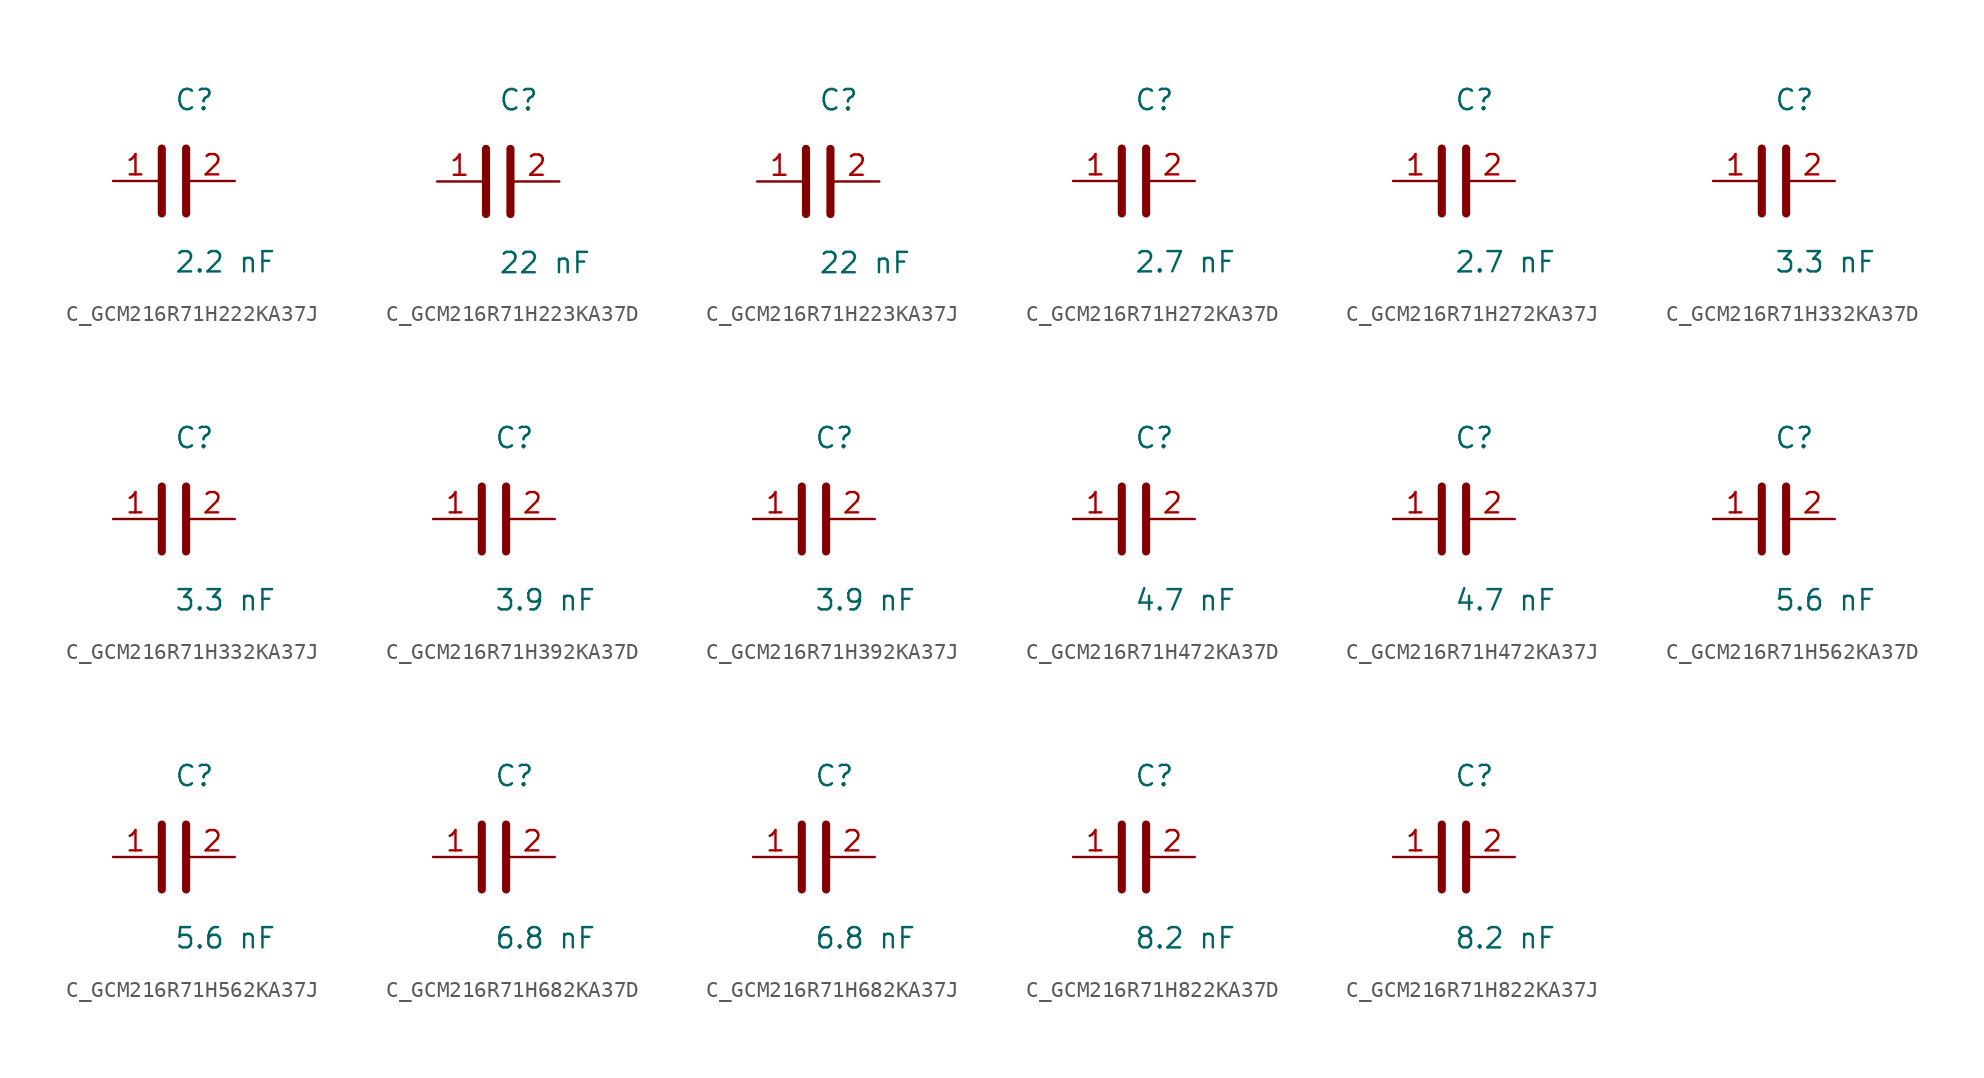
<source format=kicad_sym>
(kicad_symbol_lib
  (version 20231120)
  (generator kicad_symbol_editor)
  (generator_version 8.0)
  (symbol "C_GCM216R71H222KA37J"
    (pin_names
      (offset 0.254))
    (property "Value" "2.2 nF"
      (at 0 -5.08 0)
      (effects (font (size 1.27 1.27)) (justify left)))
    (property "Reference" "C"
      (at 0 5.08 0)
      (effects (font (size 1.27 1.27)) (justify left)))
    (symbol "C_GCM216R71H222KA37J_0_1"
      (polyline (pts (xy -0.762 -2.032) (xy -0.762 2.032)) (stroke (width 0.508) (type default)) (fill (type none)))
      (polyline (pts (xy 0.762 -2.032) (xy 0.762 2.032)) (stroke (width 0.508) (type default)) (fill (type none))))
    (pin unspecified line
      (at -3.81 0 0)
      (length 2.8)
      (name "" (effects (font (size 1.27 1.27))))
      (number "1" (effects (font (size 1.27 1.27)))))
    (pin unspecified line
      (at 3.81 0 180)
      (length 2.8)
      (name "" (effects (font (size 1.27 1.27))))
      (number "2" (effects (font (size 1.27 1.27))))))
  (symbol "C_GCM216R71H223KA37D"
    (pin_names
      (offset 0.254))
    (property "Value" "22 nF"
      (at 0 -5.08 0)
      (effects (font (size 1.27 1.27)) (justify left)))
    (property "Reference" "C"
      (at 0 5.08 0)
      (effects (font (size 1.27 1.27)) (justify left)))
    (symbol "C_GCM216R71H223KA37D_0_1"
      (polyline (pts (xy -0.762 -2.032) (xy -0.762 2.032)) (stroke (width 0.508) (type default)) (fill (type none)))
      (polyline (pts (xy 0.762 -2.032) (xy 0.762 2.032)) (stroke (width 0.508) (type default)) (fill (type none))))
    (pin unspecified line
      (at -3.81 0 0)
      (length 2.8)
      (name "" (effects (font (size 1.27 1.27))))
      (number "1" (effects (font (size 1.27 1.27)))))
    (pin unspecified line
      (at 3.81 0 180)
      (length 2.8)
      (name "" (effects (font (size 1.27 1.27))))
      (number "2" (effects (font (size 1.27 1.27))))))
  (symbol "C_GCM216R71H223KA37J"
    (pin_names
      (offset 0.254))
    (property "Value" "22 nF"
      (at 0 -5.08 0)
      (effects (font (size 1.27 1.27)) (justify left)))
    (property "Reference" "C"
      (at 0 5.08 0)
      (effects (font (size 1.27 1.27)) (justify left)))
    (symbol "C_GCM216R71H223KA37J_0_1"
      (polyline (pts (xy -0.762 -2.032) (xy -0.762 2.032)) (stroke (width 0.508) (type default)) (fill (type none)))
      (polyline (pts (xy 0.762 -2.032) (xy 0.762 2.032)) (stroke (width 0.508) (type default)) (fill (type none))))
    (pin unspecified line
      (at -3.81 0 0)
      (length 2.8)
      (name "" (effects (font (size 1.27 1.27))))
      (number "1" (effects (font (size 1.27 1.27)))))
    (pin unspecified line
      (at 3.81 0 180)
      (length 2.8)
      (name "" (effects (font (size 1.27 1.27))))
      (number "2" (effects (font (size 1.27 1.27))))))
  (symbol "C_GCM216R71H272KA37D"
    (pin_names
      (offset 0.254))
    (property "Value" "2.7 nF"
      (at 0 -5.08 0)
      (effects (font (size 1.27 1.27)) (justify left)))
    (property "Reference" "C"
      (at 0 5.08 0)
      (effects (font (size 1.27 1.27)) (justify left)))
    (symbol "C_GCM216R71H272KA37D_0_1"
      (polyline (pts (xy -0.762 -2.032) (xy -0.762 2.032)) (stroke (width 0.508) (type default)) (fill (type none)))
      (polyline (pts (xy 0.762 -2.032) (xy 0.762 2.032)) (stroke (width 0.508) (type default)) (fill (type none))))
    (pin unspecified line
      (at -3.81 0 0)
      (length 2.8)
      (name "" (effects (font (size 1.27 1.27))))
      (number "1" (effects (font (size 1.27 1.27)))))
    (pin unspecified line
      (at 3.81 0 180)
      (length 2.8)
      (name "" (effects (font (size 1.27 1.27))))
      (number "2" (effects (font (size 1.27 1.27))))))
  (symbol "C_GCM216R71H272KA37J"
    (pin_names
      (offset 0.254))
    (property "Value" "2.7 nF"
      (at 0 -5.08 0)
      (effects (font (size 1.27 1.27)) (justify left)))
    (property "Reference" "C"
      (at 0 5.08 0)
      (effects (font (size 1.27 1.27)) (justify left)))
    (symbol "C_GCM216R71H272KA37J_0_1"
      (polyline (pts (xy -0.762 -2.032) (xy -0.762 2.032)) (stroke (width 0.508) (type default)) (fill (type none)))
      (polyline (pts (xy 0.762 -2.032) (xy 0.762 2.032)) (stroke (width 0.508) (type default)) (fill (type none))))
    (pin unspecified line
      (at -3.81 0 0)
      (length 2.8)
      (name "" (effects (font (size 1.27 1.27))))
      (number "1" (effects (font (size 1.27 1.27)))))
    (pin unspecified line
      (at 3.81 0 180)
      (length 2.8)
      (name "" (effects (font (size 1.27 1.27))))
      (number "2" (effects (font (size 1.27 1.27))))))
  (symbol "C_GCM216R71H332KA37D"
    (pin_names
      (offset 0.254))
    (property "Value" "3.3 nF"
      (at 0 -5.08 0)
      (effects (font (size 1.27 1.27)) (justify left)))
    (property "Reference" "C"
      (at 0 5.08 0)
      (effects (font (size 1.27 1.27)) (justify left)))
    (symbol "C_GCM216R71H332KA37D_0_1"
      (polyline (pts (xy -0.762 -2.032) (xy -0.762 2.032)) (stroke (width 0.508) (type default)) (fill (type none)))
      (polyline (pts (xy 0.762 -2.032) (xy 0.762 2.032)) (stroke (width 0.508) (type default)) (fill (type none))))
    (pin unspecified line
      (at -3.81 0 0)
      (length 2.8)
      (name "" (effects (font (size 1.27 1.27))))
      (number "1" (effects (font (size 1.27 1.27)))))
    (pin unspecified line
      (at 3.81 0 180)
      (length 2.8)
      (name "" (effects (font (size 1.27 1.27))))
      (number "2" (effects (font (size 1.27 1.27))))))
  (symbol "C_GCM216R71H332KA37J"
    (pin_names
      (offset 0.254))
    (property "Value" "3.3 nF"
      (at 0 -5.08 0)
      (effects (font (size 1.27 1.27)) (justify left)))
    (property "Reference" "C"
      (at 0 5.08 0)
      (effects (font (size 1.27 1.27)) (justify left)))
    (symbol "C_GCM216R71H332KA37J_0_1"
      (polyline (pts (xy -0.762 -2.032) (xy -0.762 2.032)) (stroke (width 0.508) (type default)) (fill (type none)))
      (polyline (pts (xy 0.762 -2.032) (xy 0.762 2.032)) (stroke (width 0.508) (type default)) (fill (type none))))
    (pin unspecified line
      (at -3.81 0 0)
      (length 2.8)
      (name "" (effects (font (size 1.27 1.27))))
      (number "1" (effects (font (size 1.27 1.27)))))
    (pin unspecified line
      (at 3.81 0 180)
      (length 2.8)
      (name "" (effects (font (size 1.27 1.27))))
      (number "2" (effects (font (size 1.27 1.27))))))
  (symbol "C_GCM216R71H392KA37D"
    (pin_names
      (offset 0.254))
    (property "Value" "3.9 nF"
      (at 0 -5.08 0)
      (effects (font (size 1.27 1.27)) (justify left)))
    (property "Reference" "C"
      (at 0 5.08 0)
      (effects (font (size 1.27 1.27)) (justify left)))
    (symbol "C_GCM216R71H392KA37D_0_1"
      (polyline (pts (xy -0.762 -2.032) (xy -0.762 2.032)) (stroke (width 0.508) (type default)) (fill (type none)))
      (polyline (pts (xy 0.762 -2.032) (xy 0.762 2.032)) (stroke (width 0.508) (type default)) (fill (type none))))
    (pin unspecified line
      (at -3.81 0 0)
      (length 2.8)
      (name "" (effects (font (size 1.27 1.27))))
      (number "1" (effects (font (size 1.27 1.27)))))
    (pin unspecified line
      (at 3.81 0 180)
      (length 2.8)
      (name "" (effects (font (size 1.27 1.27))))
      (number "2" (effects (font (size 1.27 1.27))))))
  (symbol "C_GCM216R71H392KA37J"
    (pin_names
      (offset 0.254))
    (property "Value" "3.9 nF"
      (at 0 -5.08 0)
      (effects (font (size 1.27 1.27)) (justify left)))
    (property "Reference" "C"
      (at 0 5.08 0)
      (effects (font (size 1.27 1.27)) (justify left)))
    (symbol "C_GCM216R71H392KA37J_0_1"
      (polyline (pts (xy -0.762 -2.032) (xy -0.762 2.032)) (stroke (width 0.508) (type default)) (fill (type none)))
      (polyline (pts (xy 0.762 -2.032) (xy 0.762 2.032)) (stroke (width 0.508) (type default)) (fill (type none))))
    (pin unspecified line
      (at -3.81 0 0)
      (length 2.8)
      (name "" (effects (font (size 1.27 1.27))))
      (number "1" (effects (font (size 1.27 1.27)))))
    (pin unspecified line
      (at 3.81 0 180)
      (length 2.8)
      (name "" (effects (font (size 1.27 1.27))))
      (number "2" (effects (font (size 1.27 1.27))))))
  (symbol "C_GCM216R71H472KA37D"
    (pin_names
      (offset 0.254))
    (property "Value" "4.7 nF"
      (at 0 -5.08 0)
      (effects (font (size 1.27 1.27)) (justify left)))
    (property "Reference" "C"
      (at 0 5.08 0)
      (effects (font (size 1.27 1.27)) (justify left)))
    (symbol "C_GCM216R71H472KA37D_0_1"
      (polyline (pts (xy -0.762 -2.032) (xy -0.762 2.032)) (stroke (width 0.508) (type default)) (fill (type none)))
      (polyline (pts (xy 0.762 -2.032) (xy 0.762 2.032)) (stroke (width 0.508) (type default)) (fill (type none))))
    (pin unspecified line
      (at -3.81 0 0)
      (length 2.8)
      (name "" (effects (font (size 1.27 1.27))))
      (number "1" (effects (font (size 1.27 1.27)))))
    (pin unspecified line
      (at 3.81 0 180)
      (length 2.8)
      (name "" (effects (font (size 1.27 1.27))))
      (number "2" (effects (font (size 1.27 1.27))))))
  (symbol "C_GCM216R71H472KA37J"
    (pin_names
      (offset 0.254))
    (property "Value" "4.7 nF"
      (at 0 -5.08 0)
      (effects (font (size 1.27 1.27)) (justify left)))
    (property "Reference" "C"
      (at 0 5.08 0)
      (effects (font (size 1.27 1.27)) (justify left)))
    (symbol "C_GCM216R71H472KA37J_0_1"
      (polyline (pts (xy -0.762 -2.032) (xy -0.762 2.032)) (stroke (width 0.508) (type default)) (fill (type none)))
      (polyline (pts (xy 0.762 -2.032) (xy 0.762 2.032)) (stroke (width 0.508) (type default)) (fill (type none))))
    (pin unspecified line
      (at -3.81 0 0)
      (length 2.8)
      (name "" (effects (font (size 1.27 1.27))))
      (number "1" (effects (font (size 1.27 1.27)))))
    (pin unspecified line
      (at 3.81 0 180)
      (length 2.8)
      (name "" (effects (font (size 1.27 1.27))))
      (number "2" (effects (font (size 1.27 1.27))))))
  (symbol "C_GCM216R71H562KA37D"
    (pin_names
      (offset 0.254))
    (property "Value" "5.6 nF"
      (at 0 -5.08 0)
      (effects (font (size 1.27 1.27)) (justify left)))
    (property "Reference" "C"
      (at 0 5.08 0)
      (effects (font (size 1.27 1.27)) (justify left)))
    (symbol "C_GCM216R71H562KA37D_0_1"
      (polyline (pts (xy -0.762 -2.032) (xy -0.762 2.032)) (stroke (width 0.508) (type default)) (fill (type none)))
      (polyline (pts (xy 0.762 -2.032) (xy 0.762 2.032)) (stroke (width 0.508) (type default)) (fill (type none))))
    (pin unspecified line
      (at -3.81 0 0)
      (length 2.8)
      (name "" (effects (font (size 1.27 1.27))))
      (number "1" (effects (font (size 1.27 1.27)))))
    (pin unspecified line
      (at 3.81 0 180)
      (length 2.8)
      (name "" (effects (font (size 1.27 1.27))))
      (number "2" (effects (font (size 1.27 1.27))))))
  (symbol "C_GCM216R71H562KA37J"
    (pin_names
      (offset 0.254))
    (property "Value" "5.6 nF"
      (at 0 -5.08 0)
      (effects (font (size 1.27 1.27)) (justify left)))
    (property "Reference" "C"
      (at 0 5.08 0)
      (effects (font (size 1.27 1.27)) (justify left)))
    (symbol "C_GCM216R71H562KA37J_0_1"
      (polyline (pts (xy -0.762 -2.032) (xy -0.762 2.032)) (stroke (width 0.508) (type default)) (fill (type none)))
      (polyline (pts (xy 0.762 -2.032) (xy 0.762 2.032)) (stroke (width 0.508) (type default)) (fill (type none))))
    (pin unspecified line
      (at -3.81 0 0)
      (length 2.8)
      (name "" (effects (font (size 1.27 1.27))))
      (number "1" (effects (font (size 1.27 1.27)))))
    (pin unspecified line
      (at 3.81 0 180)
      (length 2.8)
      (name "" (effects (font (size 1.27 1.27))))
      (number "2" (effects (font (size 1.27 1.27))))))
  (symbol "C_GCM216R71H682KA37D"
    (pin_names
      (offset 0.254))
    (property "Value" "6.8 nF"
      (at 0 -5.08 0)
      (effects (font (size 1.27 1.27)) (justify left)))
    (property "Reference" "C"
      (at 0 5.08 0)
      (effects (font (size 1.27 1.27)) (justify left)))
    (symbol "C_GCM216R71H682KA37D_0_1"
      (polyline (pts (xy -0.762 -2.032) (xy -0.762 2.032)) (stroke (width 0.508) (type default)) (fill (type none)))
      (polyline (pts (xy 0.762 -2.032) (xy 0.762 2.032)) (stroke (width 0.508) (type default)) (fill (type none))))
    (pin unspecified line
      (at -3.81 0 0)
      (length 2.8)
      (name "" (effects (font (size 1.27 1.27))))
      (number "1" (effects (font (size 1.27 1.27)))))
    (pin unspecified line
      (at 3.81 0 180)
      (length 2.8)
      (name "" (effects (font (size 1.27 1.27))))
      (number "2" (effects (font (size 1.27 1.27))))))
  (symbol "C_GCM216R71H682KA37J"
    (pin_names
      (offset 0.254))
    (property "Value" "6.8 nF"
      (at 0 -5.08 0)
      (effects (font (size 1.27 1.27)) (justify left)))
    (property "Reference" "C"
      (at 0 5.08 0)
      (effects (font (size 1.27 1.27)) (justify left)))
    (symbol "C_GCM216R71H682KA37J_0_1"
      (polyline (pts (xy -0.762 -2.032) (xy -0.762 2.032)) (stroke (width 0.508) (type default)) (fill (type none)))
      (polyline (pts (xy 0.762 -2.032) (xy 0.762 2.032)) (stroke (width 0.508) (type default)) (fill (type none))))
    (pin unspecified line
      (at -3.81 0 0)
      (length 2.8)
      (name "" (effects (font (size 1.27 1.27))))
      (number "1" (effects (font (size 1.27 1.27)))))
    (pin unspecified line
      (at 3.81 0 180)
      (length 2.8)
      (name "" (effects (font (size 1.27 1.27))))
      (number "2" (effects (font (size 1.27 1.27))))))
  (symbol "C_GCM216R71H822KA37D"
    (pin_names
      (offset 0.254))
    (property "Value" "8.2 nF"
      (at 0 -5.08 0)
      (effects (font (size 1.27 1.27)) (justify left)))
    (property "Reference" "C"
      (at 0 5.08 0)
      (effects (font (size 1.27 1.27)) (justify left)))
    (symbol "C_GCM216R71H822KA37D_0_1"
      (polyline (pts (xy -0.762 -2.032) (xy -0.762 2.032)) (stroke (width 0.508) (type default)) (fill (type none)))
      (polyline (pts (xy 0.762 -2.032) (xy 0.762 2.032)) (stroke (width 0.508) (type default)) (fill (type none))))
    (pin unspecified line
      (at -3.81 0 0)
      (length 2.8)
      (name "" (effects (font (size 1.27 1.27))))
      (number "1" (effects (font (size 1.27 1.27)))))
    (pin unspecified line
      (at 3.81 0 180)
      (length 2.8)
      (name "" (effects (font (size 1.27 1.27))))
      (number "2" (effects (font (size 1.27 1.27))))))
  (symbol "C_GCM216R71H822KA37J"
    (pin_names
      (offset 0.254))
    (property "Value" "8.2 nF"
      (at 0 -5.08 0)
      (effects (font (size 1.27 1.27)) (justify left)))
    (property "Reference" "C"
      (at 0 5.08 0)
      (effects (font (size 1.27 1.27)) (justify left)))
    (symbol "C_GCM216R71H822KA37J_0_1"
      (polyline (pts (xy -0.762 -2.032) (xy -0.762 2.032)) (stroke (width 0.508) (type default)) (fill (type none)))
      (polyline (pts (xy 0.762 -2.032) (xy 0.762 2.032)) (stroke (width 0.508) (type default)) (fill (type none))))
    (pin unspecified line
      (at -3.81 0 0)
      (length 2.8)
      (name "" (effects (font (size 1.27 1.27))))
      (number "1" (effects (font (size 1.27 1.27)))))
    (pin unspecified line
      (at 3.81 0 180)
      (length 2.8)
      (name "" (effects (font (size 1.27 1.27))))
      (number "2" (effects (font (size 1.27 1.27)))))))
</source>
